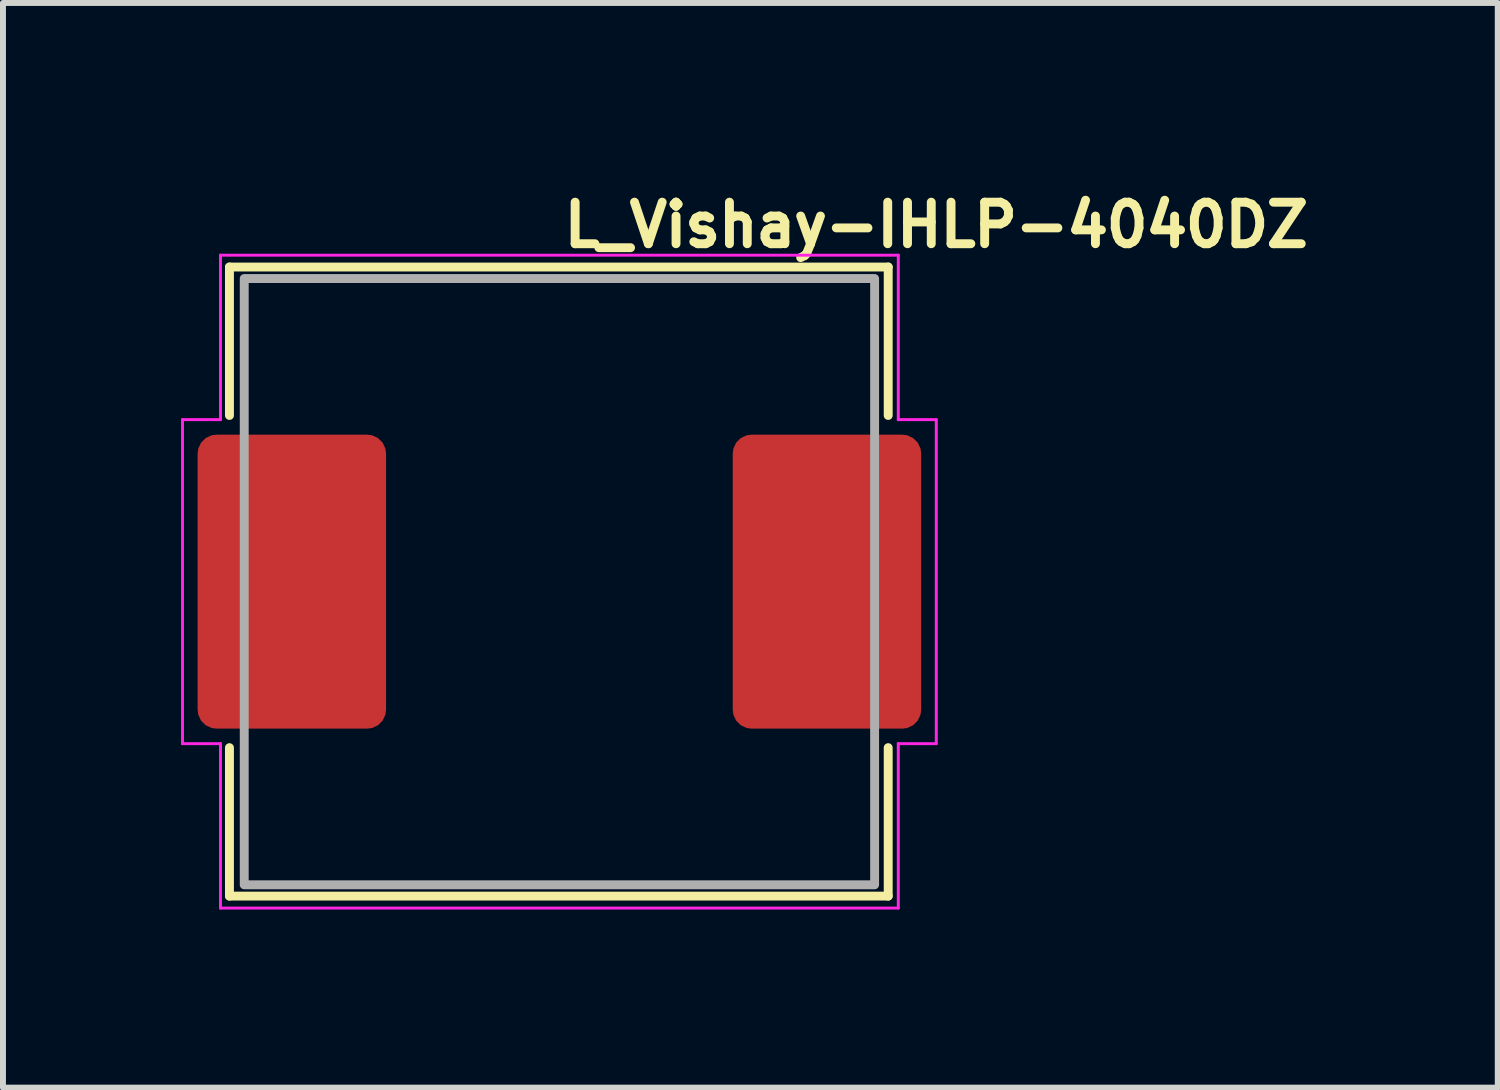
<source format=kicad_pcb>
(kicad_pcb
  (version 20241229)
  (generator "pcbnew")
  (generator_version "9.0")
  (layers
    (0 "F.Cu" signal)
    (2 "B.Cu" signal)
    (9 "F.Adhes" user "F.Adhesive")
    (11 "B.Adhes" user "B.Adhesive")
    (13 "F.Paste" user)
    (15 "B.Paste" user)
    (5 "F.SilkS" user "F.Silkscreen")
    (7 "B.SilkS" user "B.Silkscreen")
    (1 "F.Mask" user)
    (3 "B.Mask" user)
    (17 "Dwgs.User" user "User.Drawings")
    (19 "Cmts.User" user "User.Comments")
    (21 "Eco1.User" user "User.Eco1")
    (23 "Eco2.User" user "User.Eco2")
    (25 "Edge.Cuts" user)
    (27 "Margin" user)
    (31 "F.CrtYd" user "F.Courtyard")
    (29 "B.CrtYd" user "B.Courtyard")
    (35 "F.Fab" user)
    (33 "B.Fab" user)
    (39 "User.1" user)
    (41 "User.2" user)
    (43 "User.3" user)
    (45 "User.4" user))
  (footprint "L_Vishay-IHLP-4040DZ"
    (layer "F.Cu")
    (at 6.375 6.75)
    (property "Reference" "L_Vishay-IHLP-4040DZ" (at 0 -5.6 0) (layer "F.SilkS") (effects (font (size 0.7 0.7) (thickness 0.15)) (justify left bottom)))
    (attr smd)
    (fp_line (start -5.559 -5.301) (end -5.559 -2.8) (stroke (width 0.15) (type solid)) (layer "F.SilkS"))
    (fp_line (start -5.559 2.797) (end -5.559 5.298) (stroke (width 0.15) (type solid)) (layer "F.SilkS"))
    (fp_line (start -5.559 5.298) (end 5.54 5.298) (stroke (width 0.15) (type solid)) (layer "F.SilkS"))
    (fp_line (start 5.54 -5.301) (end -5.559 -5.301) (stroke (width 0.15) (type solid)) (layer "F.SilkS"))
    (fp_line (start 5.54 -2.8) (end 5.54 -5.301) (stroke (width 0.15) (type solid)) (layer "F.SilkS"))
    (fp_line (start 5.54 5.298) (end 5.54 2.797) (stroke (width 0.15) (type solid)) (layer "F.SilkS"))
    (fp_line (start -6.35 -2.73) (end -5.71 -2.73) (stroke (width 0.05) (type solid)) (layer "F.CrtYd"))
    (fp_line (start -6.35 2.73) (end -6.35 -2.73) (stroke (width 0.05) (type solid)) (layer "F.CrtYd"))
    (fp_line (start -5.71 -5.5) (end -5.71 -2.73) (stroke (width 0.05) (type solid)) (layer "F.CrtYd"))
    (fp_line (start -5.71 2.73) (end -6.35 2.73) (stroke (width 0.05) (type solid)) (layer "F.CrtYd"))
    (fp_line (start -5.71 2.73) (end -5.71 5.5) (stroke (width 0.05) (type solid)) (layer "F.CrtYd"))
    (fp_line (start 5.71 -5.5) (end -5.71 -5.5) (stroke (width 0.05) (type solid)) (layer "F.CrtYd"))
    (fp_line (start 5.71 -2.73) (end 5.71 -5.5) (stroke (width 0.05) (type solid)) (layer "F.CrtYd"))
    (fp_line (start 5.71 -2.73) (end 6.35 -2.73) (stroke (width 0.05) (type solid)) (layer "F.CrtYd"))
    (fp_line (start 5.71 5.5) (end -5.71 5.5) (stroke (width 0.05) (type solid)) (layer "F.CrtYd"))
    (fp_line (start 5.71 5.5) (end 5.71 2.73) (stroke (width 0.05) (type solid)) (layer "F.CrtYd"))
    (fp_line (start 6.35 -2.73) (end 6.35 2.73) (stroke (width 0.05) (type solid)) (layer "F.CrtYd"))
    (fp_line (start 6.35 2.73) (end 5.71 2.73) (stroke (width 0.05) (type solid)) (layer "F.CrtYd"))
    (fp_rect (start -5.31 -5.107) (end 5.311 5.108) (stroke (width 0.15) (type solid)) (fill no) (layer "F.Fab"))
    (fp_rect (start -5.31 -5.107) (end 5.311 5.108) (stroke (width 0.1) (type solid)) (fill no) (layer "User.5"))
    (fp_line (start -5.31 -3.808) (end -5.31 3.81) (stroke (width 0.02) (type solid)) (layer "User.9"))
    (fp_line (start -5.31 -1.72) (end -5.31 -2.259) (stroke (width 0.02) (type solid)) (layer "User.9"))
    (fp_line (start -5.31 -1.72) (end -5.31 -1.72) (stroke (width 0.02) (type solid)) (layer "User.9"))
    (fp_line (start -5.31 -1.614) (end -5.31 -1.72) (stroke (width 0.02) (type solid)) (layer "User.9"))
    (fp_line (start -5.31 -1.614) (end -5.31 -1.614) (stroke (width 0.02) (type solid)) (layer "User.9"))
    (fp_line (start -5.31 -1.573) (end -5.31 -1.614) (stroke (width 0.02) (type solid)) (layer "User.9"))
    (fp_line (start -5.31 -1.573) (end -5.31 -1.573) (stroke (width 0.02) (type solid)) (layer "User.9"))
    (fp_line (start -5.31 -1.54) (end -5.31 -1.573) (stroke (width 0.02) (type solid)) (layer "User.9"))
    (fp_line (start -5.31 -1.54) (end -5.31 -1.54) (stroke (width 0.02) (type solid)) (layer "User.9"))
    (fp_line (start -5.31 -1.516) (end -5.31 -1.54) (stroke (width 0.02) (type solid)) (layer "User.9"))
    (fp_line (start -5.31 -1.516) (end -5.31 -1.516) (stroke (width 0.02) (type solid)) (layer "User.9"))
    (fp_line (start -5.31 -1.502) (end -5.31 -1.516) (stroke (width 0.02) (type solid)) (layer "User.9"))
    (fp_line (start -5.31 -1.502) (end -5.31 -1.502) (stroke (width 0.02) (type solid)) (layer "User.9"))
    (fp_line (start -5.31 -1.497) (end -5.31 -1.502) (stroke (width 0.02) (type solid)) (layer "User.9"))
    (fp_line (start -5.31 3.81) (end -5.214 3.81) (stroke (width 0.02) (type solid)) (layer "User.9"))
    (fp_line (start -5.214 -3.808) (end -5.31 -3.808) (stroke (width 0.02) (type solid)) (layer "User.9"))
    (fp_line (start -5.214 -3.808) (end -5.214 -3.808) (stroke (width 0.02) (type solid)) (layer "User.9"))
    (fp_line (start -5.214 3.81) (end -5.214 3.81) (stroke (width 0.02) (type solid)) (layer "User.9"))
    (fp_line (start -5.214 3.81) (end -4.98 3.81) (stroke (width 0.02) (type solid)) (layer "User.9"))
    (fp_line (start -5.196 -0.507) (end -5.19 -0.527) (stroke (width 0.02) (type solid)) (layer "User.9"))
    (fp_line (start -5.196 0.508) (end -5.196 -0.507) (stroke (width 0.02) (type solid)) (layer "User.9"))
    (fp_line (start -5.19 -0.527) (end -5.184 -0.548) (stroke (width 0.02) (type solid)) (layer "User.9"))
    (fp_line (start -5.19 0.529) (end -5.196 0.508) (stroke (width 0.02) (type solid)) (layer "User.9"))
    (fp_line (start -5.184 -0.548) (end -5.177 -0.567) (stroke (width 0.02) (type solid)) (layer "User.9"))
    (fp_line (start -5.184 0.549) (end -5.19 0.529) (stroke (width 0.02) (type solid)) (layer "User.9"))
    (fp_line (start -5.177 -0.567) (end -5.168 -0.585) (stroke (width 0.02) (type solid)) (layer "User.9"))
    (fp_line (start -5.177 0.568) (end -5.184 0.549) (stroke (width 0.02) (type solid)) (layer "User.9"))
    (fp_line (start -5.168 -0.585) (end -5.159 -0.603) (stroke (width 0.02) (type solid)) (layer "User.9"))
    (fp_line (start -5.168 0.587) (end -5.177 0.568) (stroke (width 0.02) (type solid)) (layer "User.9"))
    (fp_line (start -5.159 -0.603) (end -5.148 -0.62) (stroke (width 0.02) (type solid)) (layer "User.9"))
    (fp_line (start -5.159 0.604) (end -5.168 0.587) (stroke (width 0.02) (type solid)) (layer "User.9"))
    (fp_line (start -5.148 -0.62) (end -5.137 -0.636) (stroke (width 0.02) (type solid)) (layer "User.9"))
    (fp_line (start -5.148 0.621) (end -5.159 0.604) (stroke (width 0.02) (type solid)) (layer "User.9"))
    (fp_line (start -5.137 -0.636) (end -5.124 -0.651) (stroke (width 0.02) (type solid)) (layer "User.9"))
    (fp_line (start -5.137 0.637) (end -5.148 0.621) (stroke (width 0.02) (type solid)) (layer "User.9"))
    (fp_line (start -5.124 -0.651) (end -5.11 -0.665) (stroke (width 0.02) (type solid)) (layer "User.9"))
    (fp_line (start -5.124 0.653) (end -5.137 0.637) (stroke (width 0.02) (type solid)) (layer "User.9"))
    (fp_line (start -5.11 -0.665) (end -5.095 -0.679) (stroke (width 0.02) (type solid)) (layer "User.9"))
    (fp_line (start -5.11 0.667) (end -5.124 0.653) (stroke (width 0.02) (type solid)) (layer "User.9"))
    (fp_line (start -5.107 -4.101) (end -5.107 -3.808) (stroke (width 0.02) (type solid)) (layer "User.9"))
    (fp_line (start -5.107 3.81) (end -5.107 4.102) (stroke (width 0.02) (type solid)) (layer "User.9"))
    (fp_line (start -5.107 4.102) (end -5.106 4.154) (stroke (width 0.02) (type solid)) (layer "User.9"))
    (fp_line (start -5.106 -4.151) (end -5.107 -4.101) (stroke (width 0.02) (type solid)) (layer "User.9"))
    (fp_line (start -5.106 4.154) (end -5.102 4.205) (stroke (width 0.02) (type solid)) (layer "User.9"))
    (fp_line (start -5.102 -4.2) (end -5.106 -4.151) (stroke (width 0.02) (type solid)) (layer "User.9"))
    (fp_line (start -5.102 4.205) (end -5.096 4.256) (stroke (width 0.02) (type solid)) (layer "User.9"))
    (fp_line (start -5.096 -4.249) (end -5.102 -4.2) (stroke (width 0.02) (type solid)) (layer "User.9"))
    (fp_line (start -5.096 4.256) (end -5.087 4.305) (stroke (width 0.02) (type solid)) (layer "User.9"))
    (fp_line (start -5.095 -0.679) (end -5.079 -0.692) (stroke (width 0.02) (type solid)) (layer "User.9"))
    (fp_line (start -5.095 0.681) (end -5.11 0.667) (stroke (width 0.02) (type solid)) (layer "User.9"))
    (fp_line (start -5.09 -0.507) (end -5.196 -0.507) (stroke (width 0.02) (type solid)) (layer "User.9"))
    (fp_line (start -5.09 -0.507) (end -5.082 -0.539) (stroke (width 0.02) (type solid)) (layer "User.9"))
    (fp_line (start -5.09 0.508) (end -5.196 0.508) (stroke (width 0.02) (type solid)) (layer "User.9"))
    (fp_line (start -5.09 0.508) (end -5.09 -0.507) (stroke (width 0.02) (type solid)) (layer "User.9"))
    (fp_line (start -5.088 -4.298) (end -5.096 -4.249) (stroke (width 0.02) (type solid)) (layer "User.9"))
    (fp_line (start -5.087 4.305) (end -5.075 4.354) (stroke (width 0.02) (type solid)) (layer "User.9"))
    (fp_line (start -5.082 -0.539) (end -5.073 -0.57) (stroke (width 0.02) (type solid)) (layer "User.9"))
    (fp_line (start -5.082 0.54) (end -5.09 0.508) (stroke (width 0.02) (type solid)) (layer "User.9"))
    (fp_line (start -5.079 -0.692) (end -5.062 -0.704) (stroke (width 0.02) (type solid)) (layer "User.9"))
    (fp_line (start -5.079 0.693) (end -5.095 0.681) (stroke (width 0.02) (type solid)) (layer "User.9"))
    (fp_line (start -5.077 -4.346) (end -5.088 -4.298) (stroke (width 0.02) (type solid)) (layer "User.9"))
    (fp_line (start -5.075 4.354) (end -5.062 4.402) (stroke (width 0.02) (type solid)) (layer "User.9"))
    (fp_line (start -5.073 -0.57) (end -5.068 -0.586) (stroke (width 0.02) (type solid)) (layer "User.9"))
    (fp_line (start -5.073 0.572) (end -5.082 0.54) (stroke (width 0.02) (type solid)) (layer "User.9"))
    (fp_line (start -5.068 -0.586) (end -5.062 -0.602) (stroke (width 0.02) (type solid)) (layer "User.9"))
    (fp_line (start -5.068 0.588) (end -5.073 0.572) (stroke (width 0.02) (type solid)) (layer "User.9"))
    (fp_line (start -5.064 -4.393) (end -5.077 -4.346) (stroke (width 0.02) (type solid)) (layer "User.9"))
    (fp_line (start -5.062 -0.704) (end -5.043 -0.715) (stroke (width 0.02) (type solid)) (layer "User.9"))
    (fp_line (start -5.062 -0.602) (end -5.057 -0.618) (stroke (width 0.02) (type solid)) (layer "User.9"))
    (fp_line (start -5.062 0.604) (end -5.068 0.588) (stroke (width 0.02) (type solid)) (layer "User.9"))
    (fp_line (start -5.062 0.705) (end -5.079 0.693) (stroke (width 0.02) (type solid)) (layer "User.9"))
    (fp_line (start -5.062 4.402) (end -5.046 4.448) (stroke (width 0.02) (type solid)) (layer "User.9"))
    (fp_line (start -5.057 -0.618) (end -5.05 -0.633) (stroke (width 0.02) (type solid)) (layer "User.9"))
    (fp_line (start -5.057 0.619) (end -5.062 0.604) (stroke (width 0.02) (type solid)) (layer "User.9"))
    (fp_line (start -5.05 -0.633) (end -5.044 -0.648) (stroke (width 0.02) (type solid)) (layer "User.9"))
    (fp_line (start -5.05 0.635) (end -5.057 0.619) (stroke (width 0.02) (type solid)) (layer "User.9"))
    (fp_line (start -5.048 -4.439) (end -5.064 -4.393) (stroke (width 0.02) (type solid)) (layer "User.9"))
    (fp_line (start -5.046 4.448) (end -5.028 4.494) (stroke (width 0.02) (type solid)) (layer "User.9"))
    (fp_line (start -5.044 -0.648) (end -5.036 -0.663) (stroke (width 0.02) (type solid)) (layer "User.9"))
    (fp_line (start -5.044 0.65) (end -5.05 0.635) (stroke (width 0.02) (type solid)) (layer "User.9"))
    (fp_line (start -5.043 -0.715) (end -5.023 -0.725) (stroke (width 0.02) (type solid)) (layer "User.9"))
    (fp_line (start -5.043 0.717) (end -5.062 0.705) (stroke (width 0.02) (type solid)) (layer "User.9"))
    (fp_line (start -5.036 -0.663) (end -5.029 -0.677) (stroke (width 0.02) (type solid)) (layer "User.9"))
    (fp_line (start -5.036 0.665) (end -5.044 0.65) (stroke (width 0.02) (type solid)) (layer "User.9"))
    (fp_line (start -5.031 -4.486) (end -5.048 -4.439) (stroke (width 0.02) (type solid)) (layer "User.9"))
    (fp_line (start -5.029 -0.677) (end -5.02 -0.691) (stroke (width 0.02) (type solid)) (layer "User.9"))
    (fp_line (start -5.029 0.679) (end -5.036 0.665) (stroke (width 0.02) (type solid)) (layer "User.9"))
    (fp_line (start -5.028 4.494) (end -5.008 4.539) (stroke (width 0.02) (type solid)) (layer "User.9"))
    (fp_line (start -5.023 -0.725) (end -5.002 -0.735) (stroke (width 0.02) (type solid)) (layer "User.9"))
    (fp_line (start -5.023 0.727) (end -5.043 0.717) (stroke (width 0.02) (type solid)) (layer "User.9"))
    (fp_line (start -5.02 -0.691) (end -5.011 -0.705) (stroke (width 0.02) (type solid)) (layer "User.9"))
    (fp_line (start -5.02 0.693) (end -5.029 0.679) (stroke (width 0.02) (type solid)) (layer "User.9"))
    (fp_line (start -5.011 -4.531) (end -5.031 -4.486) (stroke (width 0.02) (type solid)) (layer "User.9"))
    (fp_line (start -5.011 -0.705) (end -5.002 -0.719) (stroke (width 0.02) (type solid)) (layer "User.9"))
    (fp_line (start -5.011 0.707) (end -5.02 0.693) (stroke (width 0.02) (type solid)) (layer "User.9"))
    (fp_line (start -5.008 4.539) (end -4.986 4.582) (stroke (width 0.02) (type solid)) (layer "User.9"))
    (fp_line (start -5.002 -0.735) (end -4.98 -0.744) (stroke (width 0.02) (type solid)) (layer "User.9"))
    (fp_line (start -5.002 -0.719) (end -4.991 -0.731) (stroke (width 0.02) (type solid)) (layer "User.9"))
    (fp_line (start -5.002 0.72) (end -5.011 0.707) (stroke (width 0.02) (type solid)) (layer "User.9"))
    (fp_line (start -5.002 0.737) (end -5.023 0.727) (stroke (width 0.02) (type solid)) (layer "User.9"))
    (fp_line (start -4.991 -0.731) (end -4.98 -0.744) (stroke (width 0.02) (type solid)) (layer "User.9"))
    (fp_line (start -4.991 0.733) (end -5.002 0.72) (stroke (width 0.02) (type solid)) (layer "User.9"))
    (fp_line (start -4.989 -4.574) (end -5.011 -4.531) (stroke (width 0.02) (type solid)) (layer "User.9"))
    (fp_line (start -4.986 4.582) (end -4.962 4.624) (stroke (width 0.02) (type solid)) (layer "User.9"))
    (fp_line (start -4.98 -3.808) (end -5.214 -3.808) (stroke (width 0.02) (type solid)) (layer "User.9"))
    (fp_line (start -4.98 0.745) (end -5.002 0.737) (stroke (width 0.02) (type solid)) (layer "User.9"))
    (fp_line (start -4.98 0.745) (end -4.991 0.733) (stroke (width 0.02) (type solid)) (layer "User.9"))
    (fp_line (start -4.98 0.745) (end -4.975 0.747) (stroke (width 0.02) (type solid)) (layer "User.9"))
    (fp_line (start -4.975 -0.746) (end -4.98 -0.744) (stroke (width 0.02) (type solid)) (layer "User.9"))
    (fp_line (start -4.975 0.747) (end -4.969 0.749) (stroke (width 0.02) (type solid)) (layer "User.9"))
    (fp_line (start -4.969 -0.748) (end -4.975 -0.746) (stroke (width 0.02) (type solid)) (layer "User.9"))
    (fp_line (start -4.969 0.749) (end -4.964 0.751) (stroke (width 0.02) (type solid)) (layer "User.9"))
    (fp_line (start -4.964 -4.617) (end -4.989 -4.574) (stroke (width 0.02) (type solid)) (layer "User.9"))
    (fp_line (start -4.964 -0.749) (end -4.969 -0.748) (stroke (width 0.02) (type solid)) (layer "User.9"))
    (fp_line (start -4.964 0.751) (end -4.958 0.753) (stroke (width 0.02) (type solid)) (layer "User.9"))
    (fp_line (start -4.962 4.624) (end -4.935 4.665) (stroke (width 0.02) (type solid)) (layer "User.9"))
    (fp_line (start -4.958 -0.751) (end -4.964 -0.749) (stroke (width 0.02) (type solid)) (layer "User.9"))
    (fp_line (start -4.958 0.753) (end -4.952 0.754) (stroke (width 0.02) (type solid)) (layer "User.9"))
    (fp_line (start -4.952 -0.753) (end -4.958 -0.751) (stroke (width 0.02) (type solid)) (layer "User.9"))
    (fp_line (start -4.952 0.754) (end -4.947 0.756) (stroke (width 0.02) (type solid)) (layer "User.9"))
    (fp_line (start -4.947 -0.754) (end -4.952 -0.753) (stroke (width 0.02) (type solid)) (layer "User.9"))
    (fp_line (start -4.947 0.756) (end -4.941 0.757) (stroke (width 0.02) (type solid)) (layer "User.9"))
    (fp_line (start -4.941 -0.755) (end -4.947 -0.754) (stroke (width 0.02) (type solid)) (layer "User.9"))
    (fp_line (start -4.941 0.757) (end -4.935 0.758) (stroke (width 0.02) (type solid)) (layer "User.9"))
    (fp_line (start -4.938 -4.659) (end -4.964 -4.617) (stroke (width 0.02) (type solid)) (layer "User.9"))
    (fp_line (start -4.935 -0.756) (end -4.941 -0.755) (stroke (width 0.02) (type solid)) (layer "User.9"))
    (fp_line (start -4.935 0.758) (end -4.929 0.759) (stroke (width 0.02) (type solid)) (layer "User.9"))
    (fp_line (start -4.935 4.665) (end -4.907 4.704) (stroke (width 0.02) (type solid)) (layer "User.9"))
    (fp_line (start -4.929 -0.757) (end -4.935 -0.756) (stroke (width 0.02) (type solid)) (layer "User.9"))
    (fp_line (start -4.929 0.759) (end -4.924 0.76) (stroke (width 0.02) (type solid)) (layer "User.9"))
    (fp_line (start -4.924 -0.758) (end -4.929 -0.757) (stroke (width 0.02) (type solid)) (layer "User.9"))
    (fp_line (start -4.924 0.76) (end -4.918 0.761) (stroke (width 0.02) (type solid)) (layer "User.9"))
    (fp_line (start -4.918 -0.759) (end -4.924 -0.758) (stroke (width 0.02) (type solid)) (layer "User.9"))
    (fp_line (start -4.918 0.761) (end -4.912 0.761) (stroke (width 0.02) (type solid)) (layer "User.9"))
    (fp_line (start -4.912 -0.76) (end -4.918 -0.759) (stroke (width 0.02) (type solid)) (layer "User.9"))
    (fp_line (start -4.912 0.761) (end -4.906 0.762) (stroke (width 0.02) (type solid)) (layer "User.9"))
    (fp_line (start -4.91 -4.699) (end -4.938 -4.659) (stroke (width 0.02) (type solid)) (layer "User.9"))
    (fp_line (start -4.907 4.704) (end -4.877 4.742) (stroke (width 0.02) (type solid)) (layer "User.9"))
    (fp_line (start -4.906 -0.76) (end -4.912 -0.76) (stroke (width 0.02) (type solid)) (layer "User.9"))
    (fp_line (start -4.906 0.762) (end -4.9 0.762) (stroke (width 0.02) (type solid)) (layer "User.9"))
    (fp_line (start -4.9 -0.76) (end -4.906 -0.76) (stroke (width 0.02) (type solid)) (layer "User.9"))
    (fp_line (start -4.9 0.762) (end -4.895 0.762) (stroke (width 0.02) (type solid)) (layer "User.9"))
    (fp_line (start -4.895 -0.761) (end -4.9 -0.76) (stroke (width 0.02) (type solid)) (layer "User.9"))
    (fp_line (start -4.895 0.762) (end -4.889 0.762) (stroke (width 0.02) (type solid)) (layer "User.9"))
    (fp_line (start -4.889 -0.761) (end -4.895 -0.761) (stroke (width 0.02) (type solid)) (layer "User.9"))
    (fp_line (start -4.879 -4.737) (end -4.91 -4.699) (stroke (width 0.02) (type solid)) (layer "User.9"))
    (fp_line (start -4.877 4.742) (end -4.846 4.779) (stroke (width 0.02) (type solid)) (layer "User.9"))
    (fp_line (start -4.853 -4.049) (end -4.852 -4.101) (stroke (width 0.02) (type solid)) (layer "User.9"))
    (fp_line (start -4.853 -3.808) (end -4.98 -3.808) (stroke (width 0.02) (type solid)) (layer "User.9"))
    (fp_line (start -4.853 -0.761) (end -4.889 -0.761) (stroke (width 0.02) (type solid)) (layer "User.9"))
    (fp_line (start -4.853 0.762) (end -4.889 0.762) (stroke (width 0.02) (type solid)) (layer "User.9"))
    (fp_line (start -4.853 3.81) (end -4.98 3.81) (stroke (width 0.02) (type solid)) (layer "User.9"))
    (fp_line (start -4.853 4.052) (end -4.853 -4.049) (stroke (width 0.02) (type solid)) (layer "User.9"))
    (fp_line (start -4.852 -4.101) (end -4.848 -4.152) (stroke (width 0.02) (type solid)) (layer "User.9"))
    (fp_line (start -4.852 4.103) (end -4.853 4.052) (stroke (width 0.02) (type solid)) (layer "User.9"))
    (fp_line (start -4.848 -4.152) (end -4.842 -4.203) (stroke (width 0.02) (type solid)) (layer "User.9"))
    (fp_line (start -4.848 4.154) (end -4.852 4.103) (stroke (width 0.02) (type solid)) (layer "User.9"))
    (fp_line (start -4.847 -4.776) (end -4.879 -4.737) (stroke (width 0.02) (type solid)) (layer "User.9"))
    (fp_line (start -4.846 4.779) (end -4.813 4.814) (stroke (width 0.02) (type solid)) (layer "User.9"))
    (fp_line (start -4.842 -4.203) (end -4.833 -4.253) (stroke (width 0.02) (type solid)) (layer "User.9"))
    (fp_line (start -4.842 4.205) (end -4.848 4.154) (stroke (width 0.02) (type solid)) (layer "User.9"))
    (fp_line (start -4.833 -4.253) (end -4.821 -4.301) (stroke (width 0.02) (type solid)) (layer "User.9"))
    (fp_line (start -4.833 4.254) (end -4.842 4.205) (stroke (width 0.02) (type solid)) (layer "User.9"))
    (fp_line (start -4.821 -4.301) (end -4.808 -4.349) (stroke (width 0.02) (type solid)) (layer "User.9"))
    (fp_line (start -4.821 4.303) (end -4.833 4.254) (stroke (width 0.02) (type solid)) (layer "User.9"))
    (fp_line (start -4.813 -4.812) (end -4.847 -4.776) (stroke (width 0.02) (type solid)) (layer "User.9"))
    (fp_line (start -4.813 -4.812) (end -4.813 -4.812) (stroke (width 0.02) (type solid)) (layer "User.9"))
    (fp_line (start -4.813 4.814) (end -4.778 4.847) (stroke (width 0.02) (type solid)) (layer "User.9"))
    (fp_line (start -4.808 -4.349) (end -4.792 -4.396) (stroke (width 0.02) (type solid)) (layer "User.9"))
    (fp_line (start -4.808 4.351) (end -4.821 4.303) (stroke (width 0.02) (type solid)) (layer "User.9"))
    (fp_line (start -4.792 -4.396) (end -4.774 -4.441) (stroke (width 0.02) (type solid)) (layer "User.9"))
    (fp_line (start -4.792 4.397) (end -4.808 4.351) (stroke (width 0.02) (type solid)) (layer "User.9"))
    (fp_line (start -4.778 4.847) (end -4.741 4.879) (stroke (width 0.02) (type solid)) (layer "User.9"))
    (fp_line (start -4.776 -4.846) (end -4.813 -4.812) (stroke (width 0.02) (type solid)) (layer "User.9"))
    (fp_line (start -4.774 -4.441) (end -4.754 -4.486) (stroke (width 0.02) (type solid)) (layer "User.9"))
    (fp_line (start -4.774 4.443) (end -4.792 4.397) (stroke (width 0.02) (type solid)) (layer "User.9"))
    (fp_line (start -4.754 -4.486) (end -4.732 -4.529) (stroke (width 0.02) (type solid)) (layer "User.9"))
    (fp_line (start -4.754 4.488) (end -4.774 4.443) (stroke (width 0.02) (type solid)) (layer "User.9"))
    (fp_line (start -4.741 4.879) (end -4.703 4.908) (stroke (width 0.02) (type solid)) (layer "User.9"))
    (fp_line (start -4.739 -4.878) (end -4.776 -4.846) (stroke (width 0.02) (type solid)) (layer "User.9"))
    (fp_line (start -4.732 -4.529) (end -4.708 -4.572) (stroke (width 0.02) (type solid)) (layer "User.9"))
    (fp_line (start -4.732 4.531) (end -4.754 4.488) (stroke (width 0.02) (type solid)) (layer "User.9"))
    (fp_line (start -4.708 -4.572) (end -4.681 -4.612) (stroke (width 0.02) (type solid)) (layer "User.9"))
    (fp_line (start -4.708 4.573) (end -4.732 4.531) (stroke (width 0.02) (type solid)) (layer "User.9"))
    (fp_line (start -4.703 4.908) (end -4.664 4.937) (stroke (width 0.02) (type solid)) (layer "User.9"))
    (fp_line (start -4.7 -4.909) (end -4.739 -4.878) (stroke (width 0.02) (type solid)) (layer "User.9"))
    (fp_line (start -4.681 -4.612) (end -4.653 -4.652) (stroke (width 0.02) (type solid)) (layer "User.9"))
    (fp_line (start -4.681 4.614) (end -4.708 4.573) (stroke (width 0.02) (type solid)) (layer "User.9"))
    (fp_line (start -4.664 4.937) (end -4.623 4.963) (stroke (width 0.02) (type solid)) (layer "User.9"))
    (fp_line (start -4.659 -4.938) (end -4.7 -4.909) (stroke (width 0.02) (type solid)) (layer "User.9"))
    (fp_line (start -4.653 -4.652) (end -4.623 -4.689) (stroke (width 0.02) (type solid)) (layer "User.9"))
    (fp_line (start -4.653 4.653) (end -4.681 4.614) (stroke (width 0.02) (type solid)) (layer "User.9"))
    (fp_line (start -4.623 -4.689) (end -4.592 -4.726) (stroke (width 0.02) (type solid)) (layer "User.9"))
    (fp_line (start -4.623 4.691) (end -4.653 4.653) (stroke (width 0.02) (type solid)) (layer "User.9"))
    (fp_line (start -4.623 4.963) (end -4.581 4.987) (stroke (width 0.02) (type solid)) (layer "User.9"))
    (fp_line (start -4.618 -4.963) (end -4.659 -4.938) (stroke (width 0.02) (type solid)) (layer "User.9"))
    (fp_line (start -4.592 -4.726) (end -4.559 -4.761) (stroke (width 0.02) (type solid)) (layer "User.9"))
    (fp_line (start -4.592 4.728) (end -4.623 4.691) (stroke (width 0.02) (type solid)) (layer "User.9"))
    (fp_line (start -4.581 4.987) (end -4.537 5.009) (stroke (width 0.02) (type solid)) (layer "User.9"))
    (fp_line (start -4.575 -4.987) (end -4.618 -4.963) (stroke (width 0.02) (type solid)) (layer "User.9"))
    (fp_line (start -4.559 -4.761) (end -4.524 -4.793) (stroke (width 0.02) (type solid)) (layer "User.9"))
    (fp_line (start -4.559 4.763) (end -4.592 4.728) (stroke (width 0.02) (type solid)) (layer "User.9"))
    (fp_line (start -4.537 5.009) (end -4.493 5.029) (stroke (width 0.02) (type solid)) (layer "User.9"))
    (fp_line (start -4.531 -5.01) (end -4.575 -4.987) (stroke (width 0.02) (type solid)) (layer "User.9"))
    (fp_line (start -4.524 -4.793) (end -4.487 -4.825) (stroke (width 0.02) (type solid)) (layer "User.9"))
    (fp_line (start -4.524 4.796) (end -4.559 4.763) (stroke (width 0.02) (type solid)) (layer "User.9"))
    (fp_line (start -4.493 5.029) (end -4.447 5.047) (stroke (width 0.02) (type solid)) (layer "User.9"))
    (fp_line (start -4.487 -4.825) (end -4.449 -4.856) (stroke (width 0.02) (type solid)) (layer "User.9"))
    (fp_line (start -4.487 4.828) (end -4.524 4.796) (stroke (width 0.02) (type solid)) (layer "User.9"))
    (fp_line (start -4.486 -5.03) (end -4.531 -5.01) (stroke (width 0.02) (type solid)) (layer "User.9"))
    (fp_line (start -4.449 -4.856) (end -4.41 -4.883) (stroke (width 0.02) (type solid)) (layer "User.9"))
    (fp_line (start -4.449 4.858) (end -4.487 4.828) (stroke (width 0.02) (type solid)) (layer "User.9"))
    (fp_line (start -4.447 5.047) (end -4.4 5.063) (stroke (width 0.02) (type solid)) (layer "User.9"))
    (fp_line (start -4.44 -5.048) (end -4.486 -5.03) (stroke (width 0.02) (type solid)) (layer "User.9"))
    (fp_line (start -4.41 -4.883) (end -4.369 -4.91) (stroke (width 0.02) (type solid)) (layer "User.9"))
    (fp_line (start -4.41 4.886) (end -4.449 4.858) (stroke (width 0.02) (type solid)) (layer "User.9"))
    (fp_line (start -4.4 5.063) (end -4.353 5.077) (stroke (width 0.02) (type solid)) (layer "User.9"))
    (fp_line (start -4.394 -5.063) (end -4.44 -5.048) (stroke (width 0.02) (type solid)) (layer "User.9"))
    (fp_line (start -4.369 -4.91) (end -4.327 -4.934) (stroke (width 0.02) (type solid)) (layer "User.9"))
    (fp_line (start -4.369 4.912) (end -4.41 4.886) (stroke (width 0.02) (type solid)) (layer "User.9"))
    (fp_line (start -4.353 5.077) (end -4.304 5.088) (stroke (width 0.02) (type solid)) (layer "User.9"))
    (fp_line (start -4.346 -5.075) (end -4.394 -5.063) (stroke (width 0.02) (type solid)) (layer "User.9"))
    (fp_line (start -4.327 -4.934) (end -4.283 -4.957) (stroke (width 0.02) (type solid)) (layer "User.9"))
    (fp_line (start -4.327 4.936) (end -4.369 4.912) (stroke (width 0.02) (type solid)) (layer "User.9"))
    (fp_line (start -4.304 5.088) (end -4.254 5.097) (stroke (width 0.02) (type solid)) (layer "User.9"))
    (fp_line (start -4.298 -5.087) (end -4.346 -5.075) (stroke (width 0.02) (type solid)) (layer "User.9"))
    (fp_line (start -4.283 -4.957) (end -4.239 -4.977) (stroke (width 0.02) (type solid)) (layer "User.9"))
    (fp_line (start -4.283 4.958) (end -4.327 4.936) (stroke (width 0.02) (type solid)) (layer "User.9"))
    (fp_line (start -4.254 5.097) (end -4.204 5.103) (stroke (width 0.02) (type solid)) (layer "User.9"))
    (fp_line (start -4.25 -5.096) (end -4.298 -5.087) (stroke (width 0.02) (type solid)) (layer "User.9"))
    (fp_line (start -4.239 -4.977) (end -4.193 -4.995) (stroke (width 0.02) (type solid)) (layer "User.9"))
    (fp_line (start -4.239 4.978) (end -4.283 4.958) (stroke (width 0.02) (type solid)) (layer "User.9"))
    (fp_line (start -4.204 5.103) (end -4.153 5.107) (stroke (width 0.02) (type solid)) (layer "User.9"))
    (fp_line (start -4.201 -5.102) (end -4.25 -5.096) (stroke (width 0.02) (type solid)) (layer "User.9"))
    (fp_line (start -4.193 -4.995) (end -4.146 -5.011) (stroke (width 0.02) (type solid)) (layer "User.9"))
    (fp_line (start -4.193 4.996) (end -4.239 4.978) (stroke (width 0.02) (type solid)) (layer "User.9"))
    (fp_line (start -4.153 5.107) (end -4.101 5.108) (stroke (width 0.02) (type solid)) (layer "User.9"))
    (fp_line (start -4.151 -5.104) (end -4.201 -5.102) (stroke (width 0.02) (type solid)) (layer "User.9"))
    (fp_line (start -4.146 -5.011) (end -4.099 -5.024) (stroke (width 0.02) (type solid)) (layer "User.9"))
    (fp_line (start -4.146 5.012) (end -4.193 4.996) (stroke (width 0.02) (type solid)) (layer "User.9"))
    (fp_line (start -4.101 -5.107) (end -4.151 -5.104) (stroke (width 0.02) (type solid)) (layer "User.9"))
    (fp_line (start -4.101 5.108) (end 4.101 5.108) (stroke (width 0.02) (type solid)) (layer "User.9"))
    (fp_line (start -4.099 -5.024) (end -4.049 -5.035) (stroke (width 0.02) (type solid)) (layer "User.9"))
    (fp_line (start -4.099 5.026) (end -4.146 5.012) (stroke (width 0.02) (type solid)) (layer "User.9"))
    (fp_line (start -4.049 -5.035) (end -4 -5.043) (stroke (width 0.02) (type solid)) (layer "User.9"))
    (fp_line (start -4.049 5.037) (end -4.099 5.026) (stroke (width 0.02) (type solid)) (layer "User.9"))
    (fp_line (start -4 -5.043) (end -3.95 -5.051) (stroke (width 0.02) (type solid)) (layer "User.9"))
    (fp_line (start -4 5.046) (end -4.049 5.037) (stroke (width 0.02) (type solid)) (layer "User.9"))
    (fp_line (start -3.95 -5.051) (end -3.899 -5.054) (stroke (width 0.02) (type solid)) (layer "User.9"))
    (fp_line (start -3.95 5.052) (end -4 5.046) (stroke (width 0.02) (type solid)) (layer "User.9"))
    (fp_line (start -3.899 -5.054) (end -3.847 -5.056) (stroke (width 0.02) (type solid)) (layer "User.9"))
    (fp_line (start -3.899 5.056) (end -3.95 5.052) (stroke (width 0.02) (type solid)) (layer "User.9"))
    (fp_line (start -3.847 -5.056) (end 3.848 -5.056) (stroke (width 0.02) (type solid)) (layer "User.9"))
    (fp_line (start -3.847 5.057) (end -3.899 5.056) (stroke (width 0.02) (type solid)) (layer "User.9"))
    (fp_line (start 3.848 -5.056) (end 3.9 -5.054) (stroke (width 0.02) (type solid)) (layer "User.9"))
    (fp_line (start 3.848 5.057) (end -3.847 5.057) (stroke (width 0.02) (type solid)) (layer "User.9"))
    (fp_line (start 3.9 -5.054) (end 3.951 -5.051) (stroke (width 0.02) (type solid)) (layer "User.9"))
    (fp_line (start 3.9 5.056) (end 3.848 5.057) (stroke (width 0.02) (type solid)) (layer "User.9"))
    (fp_line (start 3.951 -5.051) (end 4 -5.043) (stroke (width 0.02) (type solid)) (layer "User.9"))
    (fp_line (start 3.951 5.052) (end 3.9 5.056) (stroke (width 0.02) (type solid)) (layer "User.9"))
    (fp_line (start 4 -5.043) (end 4.051 -5.035) (stroke (width 0.02) (type solid)) (layer "User.9"))
    (fp_line (start 4 5.046) (end 3.951 5.052) (stroke (width 0.02) (type solid)) (layer "User.9"))
    (fp_line (start 4.051 -5.035) (end 4.098 -5.024) (stroke (width 0.02) (type solid)) (layer "User.9"))
    (fp_line (start 4.051 5.037) (end 4 5.046) (stroke (width 0.02) (type solid)) (layer "User.9"))
    (fp_line (start 4.098 -5.024) (end 4.146 -5.011) (stroke (width 0.02) (type solid)) (layer "User.9"))
    (fp_line (start 4.098 5.026) (end 4.051 5.037) (stroke (width 0.02) (type solid)) (layer "User.9"))
    (fp_line (start 4.101 -5.107) (end -4.101 -5.107) (stroke (width 0.02) (type solid)) (layer "User.9"))
    (fp_line (start 4.101 5.108) (end 4.154 5.107) (stroke (width 0.02) (type solid)) (layer "User.9"))
    (fp_line (start 4.146 -5.011) (end 4.194 -4.995) (stroke (width 0.02) (type solid)) (layer "User.9"))
    (fp_line (start 4.146 5.012) (end 4.098 5.026) (stroke (width 0.02) (type solid)) (layer "User.9"))
    (fp_line (start 4.152 -5.104) (end 4.101 -5.107) (stroke (width 0.02) (type solid)) (layer "User.9"))
    (fp_line (start 4.154 5.107) (end 4.205 5.103) (stroke (width 0.02) (type solid)) (layer "User.9"))
    (fp_line (start 4.194 -4.995) (end 4.239 -4.977) (stroke (width 0.02) (type solid)) (layer "User.9"))
    (fp_line (start 4.194 4.996) (end 4.146 5.012) (stroke (width 0.02) (type solid)) (layer "User.9"))
    (fp_line (start 4.2 -5.102) (end 4.152 -5.104) (stroke (width 0.02) (type solid)) (layer "User.9"))
    (fp_line (start 4.205 5.103) (end 4.255 5.097) (stroke (width 0.02) (type solid)) (layer "User.9"))
    (fp_line (start 4.239 -4.977) (end 4.284 -4.957) (stroke (width 0.02) (type solid)) (layer "User.9"))
    (fp_line (start 4.239 4.978) (end 4.194 4.996) (stroke (width 0.02) (type solid)) (layer "User.9"))
    (fp_line (start 4.25 -5.096) (end 4.2 -5.102) (stroke (width 0.02) (type solid)) (layer "User.9"))
    (fp_line (start 4.255 5.097) (end 4.305 5.088) (stroke (width 0.02) (type solid)) (layer "User.9"))
    (fp_line (start 4.284 -4.957) (end 4.327 -4.934) (stroke (width 0.02) (type solid)) (layer "User.9"))
    (fp_line (start 4.284 4.958) (end 4.239 4.978) (stroke (width 0.02) (type solid)) (layer "User.9"))
    (fp_line (start 4.298 -5.087) (end 4.25 -5.096) (stroke (width 0.02) (type solid)) (layer "User.9"))
    (fp_line (start 4.305 5.088) (end 4.353 5.077) (stroke (width 0.02) (type solid)) (layer "User.9"))
    (fp_line (start 4.327 -4.934) (end 4.369 -4.91) (stroke (width 0.02) (type solid)) (layer "User.9"))
    (fp_line (start 4.327 4.936) (end 4.284 4.958) (stroke (width 0.02) (type solid)) (layer "User.9"))
    (fp_line (start 4.346 -5.075) (end 4.298 -5.087) (stroke (width 0.02) (type solid)) (layer "User.9"))
    (fp_line (start 4.353 5.077) (end 4.401 5.063) (stroke (width 0.02) (type solid)) (layer "User.9"))
    (fp_line (start 4.369 -4.91) (end 4.41 -4.883) (stroke (width 0.02) (type solid)) (layer "User.9"))
    (fp_line (start 4.369 4.912) (end 4.327 4.936) (stroke (width 0.02) (type solid)) (layer "User.9"))
    (fp_line (start 4.394 -5.063) (end 4.346 -5.075) (stroke (width 0.02) (type solid)) (layer "User.9"))
    (fp_line (start 4.401 5.063) (end 4.447 5.047) (stroke (width 0.02) (type solid)) (layer "User.9"))
    (fp_line (start 4.41 -4.883) (end 4.45 -4.856) (stroke (width 0.02) (type solid)) (layer "User.9"))
    (fp_line (start 4.41 4.886) (end 4.369 4.912) (stroke (width 0.02) (type solid)) (layer "User.9"))
    (fp_line (start 4.441 -5.048) (end 4.394 -5.063) (stroke (width 0.02) (type solid)) (layer "User.9"))
    (fp_line (start 4.447 5.047) (end 4.492 5.029) (stroke (width 0.02) (type solid)) (layer "User.9"))
    (fp_line (start 4.45 -4.856) (end 4.487 -4.825) (stroke (width 0.02) (type solid)) (layer "User.9"))
    (fp_line (start 4.45 4.858) (end 4.41 4.886) (stroke (width 0.02) (type solid)) (layer "User.9"))
    (fp_line (start 4.487 -5.03) (end 4.441 -5.048) (stroke (width 0.02) (type solid)) (layer "User.9"))
    (fp_line (start 4.487 -4.825) (end 4.524 -4.793) (stroke (width 0.02) (type solid)) (layer "User.9"))
    (fp_line (start 4.487 4.828) (end 4.45 4.858) (stroke (width 0.02) (type solid)) (layer "User.9"))
    (fp_line (start 4.492 5.029) (end 4.537 5.009) (stroke (width 0.02) (type solid)) (layer "User.9"))
    (fp_line (start 4.524 -4.793) (end 4.559 -4.761) (stroke (width 0.02) (type solid)) (layer "User.9"))
    (fp_line (start 4.524 4.796) (end 4.487 4.828) (stroke (width 0.02) (type solid)) (layer "User.9"))
    (fp_line (start 4.532 -5.01) (end 4.487 -5.03) (stroke (width 0.02) (type solid)) (layer "User.9"))
    (fp_line (start 4.537 5.009) (end 4.58 4.987) (stroke (width 0.02) (type solid)) (layer "User.9"))
    (fp_line (start 4.559 -4.761) (end 4.591 -4.726) (stroke (width 0.02) (type solid)) (layer "User.9"))
    (fp_line (start 4.559 4.763) (end 4.524 4.796) (stroke (width 0.02) (type solid)) (layer "User.9"))
    (fp_line (start 4.575 -4.987) (end 4.532 -5.01) (stroke (width 0.02) (type solid)) (layer "User.9"))
    (fp_line (start 4.58 4.987) (end 4.622 4.963) (stroke (width 0.02) (type solid)) (layer "User.9"))
    (fp_line (start 4.591 -4.726) (end 4.624 -4.689) (stroke (width 0.02) (type solid)) (layer "User.9"))
    (fp_line (start 4.591 4.728) (end 4.559 4.763) (stroke (width 0.02) (type solid)) (layer "User.9"))
    (fp_line (start 4.617 -4.963) (end 4.575 -4.987) (stroke (width 0.02) (type solid)) (layer "User.9"))
    (fp_line (start 4.622 4.963) (end 4.664 4.937) (stroke (width 0.02) (type solid)) (layer "User.9"))
    (fp_line (start 4.624 -4.689) (end 4.654 -4.652) (stroke (width 0.02) (type solid)) (layer "User.9"))
    (fp_line (start 4.624 4.691) (end 4.591 4.728) (stroke (width 0.02) (type solid)) (layer "User.9"))
    (fp_line (start 4.654 -4.652) (end 4.681 -4.612) (stroke (width 0.02) (type solid)) (layer "User.9"))
    (fp_line (start 4.654 4.653) (end 4.624 4.691) (stroke (width 0.02) (type solid)) (layer "User.9"))
    (fp_line (start 4.66 -4.938) (end 4.617 -4.963) (stroke (width 0.02) (type solid)) (layer "User.9"))
    (fp_line (start 4.664 4.937) (end 4.704 4.908) (stroke (width 0.02) (type solid)) (layer "User.9"))
    (fp_line (start 4.681 -4.612) (end 4.708 -4.572) (stroke (width 0.02) (type solid)) (layer "User.9"))
    (fp_line (start 4.681 4.614) (end 4.654 4.653) (stroke (width 0.02) (type solid)) (layer "User.9"))
    (fp_line (start 4.7 -4.909) (end 4.66 -4.938) (stroke (width 0.02) (type solid)) (layer "User.9"))
    (fp_line (start 4.704 4.908) (end 4.742 4.879) (stroke (width 0.02) (type solid)) (layer "User.9"))
    (fp_line (start 4.708 -4.572) (end 4.731 -4.529) (stroke (width 0.02) (type solid)) (layer "User.9"))
    (fp_line (start 4.708 4.573) (end 4.681 4.614) (stroke (width 0.02) (type solid)) (layer "User.9"))
    (fp_line (start 4.731 -4.529) (end 4.755 -4.486) (stroke (width 0.02) (type solid)) (layer "User.9"))
    (fp_line (start 4.731 4.531) (end 4.708 4.573) (stroke (width 0.02) (type solid)) (layer "User.9"))
    (fp_line (start 4.739 -4.878) (end 4.7 -4.909) (stroke (width 0.02) (type solid)) (layer "User.9"))
    (fp_line (start 4.742 4.879) (end 4.777 4.847) (stroke (width 0.02) (type solid)) (layer "User.9"))
    (fp_line (start 4.755 -4.486) (end 4.774 -4.441) (stroke (width 0.02) (type solid)) (layer "User.9"))
    (fp_line (start 4.755 4.488) (end 4.731 4.531) (stroke (width 0.02) (type solid)) (layer "User.9"))
    (fp_line (start 4.774 -4.441) (end 4.793 -4.396) (stroke (width 0.02) (type solid)) (layer "User.9"))
    (fp_line (start 4.774 4.443) (end 4.755 4.488) (stroke (width 0.02) (type solid)) (layer "User.9"))
    (fp_line (start 4.777 -4.846) (end 4.739 -4.878) (stroke (width 0.02) (type solid)) (layer "User.9"))
    (fp_line (start 4.777 4.847) (end 4.813 4.814) (stroke (width 0.02) (type solid)) (layer "User.9"))
    (fp_line (start 4.793 -4.396) (end 4.809 -4.349) (stroke (width 0.02) (type solid)) (layer "User.9"))
    (fp_line (start 4.793 4.397) (end 4.774 4.443) (stroke (width 0.02) (type solid)) (layer "User.9"))
    (fp_line (start 4.809 -4.349) (end 4.822 -4.301) (stroke (width 0.02) (type solid)) (layer "User.9"))
    (fp_line (start 4.809 4.351) (end 4.793 4.397) (stroke (width 0.02) (type solid)) (layer "User.9"))
    (fp_line (start 4.813 -4.812) (end 4.777 -4.846) (stroke (width 0.02) (type solid)) (layer "User.9"))
    (fp_line (start 4.813 -4.812) (end 4.813 -4.812) (stroke (width 0.02) (type solid)) (layer "User.9"))
    (fp_line (start 4.813 4.814) (end 4.846 4.779) (stroke (width 0.02) (type solid)) (layer "User.9"))
    (fp_line (start 4.822 -4.301) (end 4.833 -4.253) (stroke (width 0.02) (type solid)) (layer "User.9"))
    (fp_line (start 4.822 4.303) (end 4.809 4.351) (stroke (width 0.02) (type solid)) (layer "User.9"))
    (fp_line (start 4.833 -4.253) (end 4.841 -4.203) (stroke (width 0.02) (type solid)) (layer "User.9"))
    (fp_line (start 4.833 4.254) (end 4.822 4.303) (stroke (width 0.02) (type solid)) (layer "User.9"))
    (fp_line (start 4.841 -4.203) (end 4.849 -4.152) (stroke (width 0.02) (type solid)) (layer "User.9"))
    (fp_line (start 4.841 4.205) (end 4.833 4.254) (stroke (width 0.02) (type solid)) (layer "User.9"))
    (fp_line (start 4.846 4.779) (end 4.878 4.742) (stroke (width 0.02) (type solid)) (layer "User.9"))
    (fp_line (start 4.848 -4.776) (end 4.813 -4.812) (stroke (width 0.02) (type solid)) (layer "User.9"))
    (fp_line (start 4.849 -4.152) (end 4.851 -4.101) (stroke (width 0.02) (type solid)) (layer "User.9"))
    (fp_line (start 4.849 4.154) (end 4.841 4.205) (stroke (width 0.02) (type solid)) (layer "User.9"))
    (fp_line (start 4.851 -4.101) (end 4.854 -4.049) (stroke (width 0.02) (type solid)) (layer "User.9"))
    (fp_line (start 4.851 4.103) (end 4.849 4.154) (stroke (width 0.02) (type solid)) (layer "User.9"))
    (fp_line (start 4.854 -4.049) (end 4.854 4.052) (stroke (width 0.02) (type solid)) (layer "User.9"))
    (fp_line (start 4.854 4.052) (end 4.851 4.103) (stroke (width 0.02) (type solid)) (layer "User.9"))
    (fp_line (start 4.878 4.742) (end 4.907 4.704) (stroke (width 0.02) (type solid)) (layer "User.9"))
    (fp_line (start 4.88 -4.737) (end 4.848 -4.776) (stroke (width 0.02) (type solid)) (layer "User.9"))
    (fp_line (start 4.888 -0.761) (end 4.854 -0.761) (stroke (width 0.02) (type solid)) (layer "User.9"))
    (fp_line (start 4.888 0.762) (end 4.854 0.762) (stroke (width 0.02) (type solid)) (layer "User.9"))
    (fp_line (start 4.888 0.762) (end 4.904 0.762) (stroke (width 0.02) (type solid)) (layer "User.9"))
    (fp_line (start 4.904 -0.76) (end 4.888 -0.761) (stroke (width 0.02) (type solid)) (layer "User.9"))
    (fp_line (start 4.904 0.762) (end 4.92 0.761) (stroke (width 0.02) (type solid)) (layer "User.9"))
    (fp_line (start 4.907 4.704) (end 4.936 4.665) (stroke (width 0.02) (type solid)) (layer "User.9"))
    (fp_line (start 4.91 -4.699) (end 4.88 -4.737) (stroke (width 0.02) (type solid)) (layer "User.9"))
    (fp_line (start 4.92 -0.759) (end 4.904 -0.76) (stroke (width 0.02) (type solid)) (layer "User.9"))
    (fp_line (start 4.92 0.761) (end 4.934 0.758) (stroke (width 0.02) (type solid)) (layer "User.9"))
    (fp_line (start 4.934 -0.757) (end 4.92 -0.759) (stroke (width 0.02) (type solid)) (layer "User.9"))
    (fp_line (start 4.934 0.758) (end 4.949 0.755) (stroke (width 0.02) (type solid)) (layer "User.9"))
    (fp_line (start 4.936 4.665) (end 4.962 4.624) (stroke (width 0.02) (type solid)) (layer "User.9"))
    (fp_line (start 4.939 -4.659) (end 4.91 -4.699) (stroke (width 0.02) (type solid)) (layer "User.9"))
    (fp_line (start 4.949 -0.754) (end 4.934 -0.757) (stroke (width 0.02) (type solid)) (layer "User.9"))
    (fp_line (start 4.949 0.755) (end 4.963 0.751) (stroke (width 0.02) (type solid)) (layer "User.9"))
    (fp_line (start 4.962 4.624) (end 4.986 4.582) (stroke (width 0.02) (type solid)) (layer "User.9"))
    (fp_line (start 4.963 -0.75) (end 4.949 -0.754) (stroke (width 0.02) (type solid)) (layer "User.9"))
    (fp_line (start 4.963 0.751) (end 4.978 0.747) (stroke (width 0.02) (type solid)) (layer "User.9"))
    (fp_line (start 4.965 -4.617) (end 4.939 -4.659) (stroke (width 0.02) (type solid)) (layer "User.9"))
    (fp_line (start 4.978 -0.745) (end 4.963 -0.75) (stroke (width 0.02) (type solid)) (layer "User.9"))
    (fp_line (start 4.978 0.747) (end 4.991 0.741) (stroke (width 0.02) (type solid)) (layer "User.9"))
    (fp_line (start 4.986 4.582) (end 5.008 4.539) (stroke (width 0.02) (type solid)) (layer "User.9"))
    (fp_line (start 4.989 -4.574) (end 4.965 -4.617) (stroke (width 0.02) (type solid)) (layer "User.9"))
    (fp_line (start 4.991 -0.739) (end 4.978 -0.745) (stroke (width 0.02) (type solid)) (layer "User.9"))
    (fp_line (start 4.991 0.741) (end 5.005 0.735) (stroke (width 0.02) (type solid)) (layer "User.9"))
    (fp_line (start 5.005 -0.733) (end 4.991 -0.739) (stroke (width 0.02) (type solid)) (layer "User.9"))
    (fp_line (start 5.005 0.735) (end 5.018 0.727) (stroke (width 0.02) (type solid)) (layer "User.9"))
    (fp_line (start 5.008 4.539) (end 5.029 4.494) (stroke (width 0.02) (type solid)) (layer "User.9"))
    (fp_line (start 5.011 -4.531) (end 4.989 -4.574) (stroke (width 0.02) (type solid)) (layer "User.9"))
    (fp_line (start 5.018 -0.726) (end 5.005 -0.733) (stroke (width 0.02) (type solid)) (layer "User.9"))
    (fp_line (start 5.018 0.727) (end 5.029 0.72) (stroke (width 0.02) (type solid)) (layer "User.9"))
    (fp_line (start 5.029 -0.718) (end 5.018 -0.726) (stroke (width 0.02) (type solid)) (layer "User.9"))
    (fp_line (start 5.029 0.72) (end 5.043 0.711) (stroke (width 0.02) (type solid)) (layer "User.9"))
    (fp_line (start 5.029 4.494) (end 5.047 4.448) (stroke (width 0.02) (type solid)) (layer "User.9"))
    (fp_line (start 5.031 -4.486) (end 5.011 -4.531) (stroke (width 0.02) (type solid)) (layer "User.9"))
    (fp_line (start 5.043 -0.709) (end 5.029 -0.718) (stroke (width 0.02) (type solid)) (layer "User.9"))
    (fp_line (start 5.043 0.711) (end 5.053 0.701) (stroke (width 0.02) (type solid)) (layer "User.9"))
    (fp_line (start 5.047 4.448) (end 5.063 4.402) (stroke (width 0.02) (type solid)) (layer "User.9"))
    (fp_line (start 5.048 -4.439) (end 5.031 -4.486) (stroke (width 0.02) (type solid)) (layer "User.9"))
    (fp_line (start 5.053 -0.7) (end 5.043 -0.709) (stroke (width 0.02) (type solid)) (layer "User.9"))
    (fp_line (start 5.053 0.701) (end 5.064 0.692) (stroke (width 0.02) (type solid)) (layer "User.9"))
    (fp_line (start 5.063 4.402) (end 5.075 4.354) (stroke (width 0.02) (type solid)) (layer "User.9"))
    (fp_line (start 5.064 -4.393) (end 5.048 -4.439) (stroke (width 0.02) (type solid)) (layer "User.9"))
    (fp_line (start 5.064 -0.69) (end 5.053 -0.7) (stroke (width 0.02) (type solid)) (layer "User.9"))
    (fp_line (start 5.064 0.692) (end 5.075 0.681) (stroke (width 0.02) (type solid)) (layer "User.9"))
    (fp_line (start 5.075 -0.679) (end 5.064 -0.69) (stroke (width 0.02) (type solid)) (layer "User.9"))
    (fp_line (start 5.075 0.681) (end 5.085 0.669) (stroke (width 0.02) (type solid)) (layer "User.9"))
    (fp_line (start 5.075 4.354) (end 5.087 4.305) (stroke (width 0.02) (type solid)) (layer "User.9"))
    (fp_line (start 5.077 -4.346) (end 5.064 -4.393) (stroke (width 0.02) (type solid)) (layer "User.9"))
    (fp_line (start 5.085 -0.668) (end 5.075 -0.679) (stroke (width 0.02) (type solid)) (layer "User.9"))
    (fp_line (start 5.085 0.669) (end 5.095 0.657) (stroke (width 0.02) (type solid)) (layer "User.9"))
    (fp_line (start 5.087 4.305) (end 5.096 4.256) (stroke (width 0.02) (type solid)) (layer "User.9"))
    (fp_line (start 5.088 -4.298) (end 5.077 -4.346) (stroke (width 0.02) (type solid)) (layer "User.9"))
    (fp_line (start 5.095 -3.808) (end 4.854 -3.808) (stroke (width 0.02) (type solid)) (layer "User.9"))
    (fp_line (start 5.095 -0.656) (end 5.085 -0.668) (stroke (width 0.02) (type solid)) (layer "User.9"))
    (fp_line (start 5.095 -0.656) (end 5.101 -0.507) (stroke (width 0.02) (type solid)) (layer "User.9"))
    (fp_line (start 5.095 -0.656) (end 5.117 -0.618) (stroke (width 0.02) (type solid)) (layer "User.9"))
    (fp_line (start 5.095 3.81) (end 4.854 3.81) (stroke (width 0.02) (type solid)) (layer "User.9"))
    (fp_line (start 5.095 3.81) (end 5.311 3.81) (stroke (width 0.02) (type solid)) (layer "User.9"))
    (fp_line (start 5.096 -4.249) (end 5.088 -4.298) (stroke (width 0.02) (type solid)) (layer "User.9"))
    (fp_line (start 5.096 4.256) (end 5.103 4.205) (stroke (width 0.02) (type solid)) (layer "User.9"))
    (fp_line (start 5.101 -0.507) (end 5.101 0.508) (stroke (width 0.02) (type solid)) (layer "User.9"))
    (fp_line (start 5.101 -0.507) (end 5.184 -0.507) (stroke (width 0.02) (type solid)) (layer "User.9"))
    (fp_line (start 5.101 0.508) (end 5.095 0.657) (stroke (width 0.02) (type solid)) (layer "User.9"))
    (fp_line (start 5.101 0.508) (end 5.184 0.508) (stroke (width 0.02) (type solid)) (layer "User.9"))
    (fp_line (start 5.103 -4.2) (end 5.096 -4.249) (stroke (width 0.02) (type solid)) (layer "User.9"))
    (fp_line (start 5.103 4.205) (end 5.106 4.154) (stroke (width 0.02) (type solid)) (layer "User.9"))
    (fp_line (start 5.106 4.154) (end 5.108 4.102) (stroke (width 0.02) (type solid)) (layer "User.9"))
    (fp_line (start 5.107 -4.151) (end 5.103 -4.2) (stroke (width 0.02) (type solid)) (layer "User.9"))
    (fp_line (start 5.108 -4.101) (end 5.107 -4.151) (stroke (width 0.02) (type solid)) (layer "User.9"))
    (fp_line (start 5.108 -3.808) (end 5.108 -4.101) (stroke (width 0.02) (type solid)) (layer "User.9"))
    (fp_line (start 5.108 4.102) (end 5.108 3.81) (stroke (width 0.02) (type solid)) (layer "User.9"))
    (fp_line (start 5.117 -0.618) (end 5.14 -0.581) (stroke (width 0.02) (type solid)) (layer "User.9"))
    (fp_line (start 5.117 0.62) (end 5.095 0.657) (stroke (width 0.02) (type solid)) (layer "User.9"))
    (fp_line (start 5.14 -0.581) (end 5.162 -0.544) (stroke (width 0.02) (type solid)) (layer "User.9"))
    (fp_line (start 5.14 0.583) (end 5.117 0.62) (stroke (width 0.02) (type solid)) (layer "User.9"))
    (fp_line (start 5.162 -0.544) (end 5.184 -0.507) (stroke (width 0.02) (type solid)) (layer "User.9"))
    (fp_line (start 5.162 0.546) (end 5.14 0.583) (stroke (width 0.02) (type solid)) (layer "User.9"))
    (fp_line (start 5.184 -0.507) (end 5.184 0.508) (stroke (width 0.02) (type solid)) (layer "User.9"))
    (fp_line (start 5.184 0.508) (end 5.162 0.546) (stroke (width 0.02) (type solid)) (layer "User.9"))
    (fp_line (start 5.311 -3.808) (end 5.095 -3.808) (stroke (width 0.02) (type solid)) (layer "User.9"))
    (fp_line (start 5.311 3.81) (end 5.311 -3.808) (stroke (width 0.02) (type solid)) (layer "User.9"))
    (pad "1" smd roundrect (at -4.508 0) (size 3.175 4.953) (layers "F.Cu" "F.Mask" "F.Paste") (roundrect_rratio 0.1))
    (pad "2" smd roundrect (at 4.508 0) (size 3.175 4.953) (layers "F.Cu" "F.Mask" "F.Paste") (roundrect_rratio 0.1)))
  (gr_rect
    (start -3 -3)
    (end 22.185 15.275)
    (stroke (width 0.1) (type default))
    (fill no)
    (layer "Edge.Cuts")))
</source>
